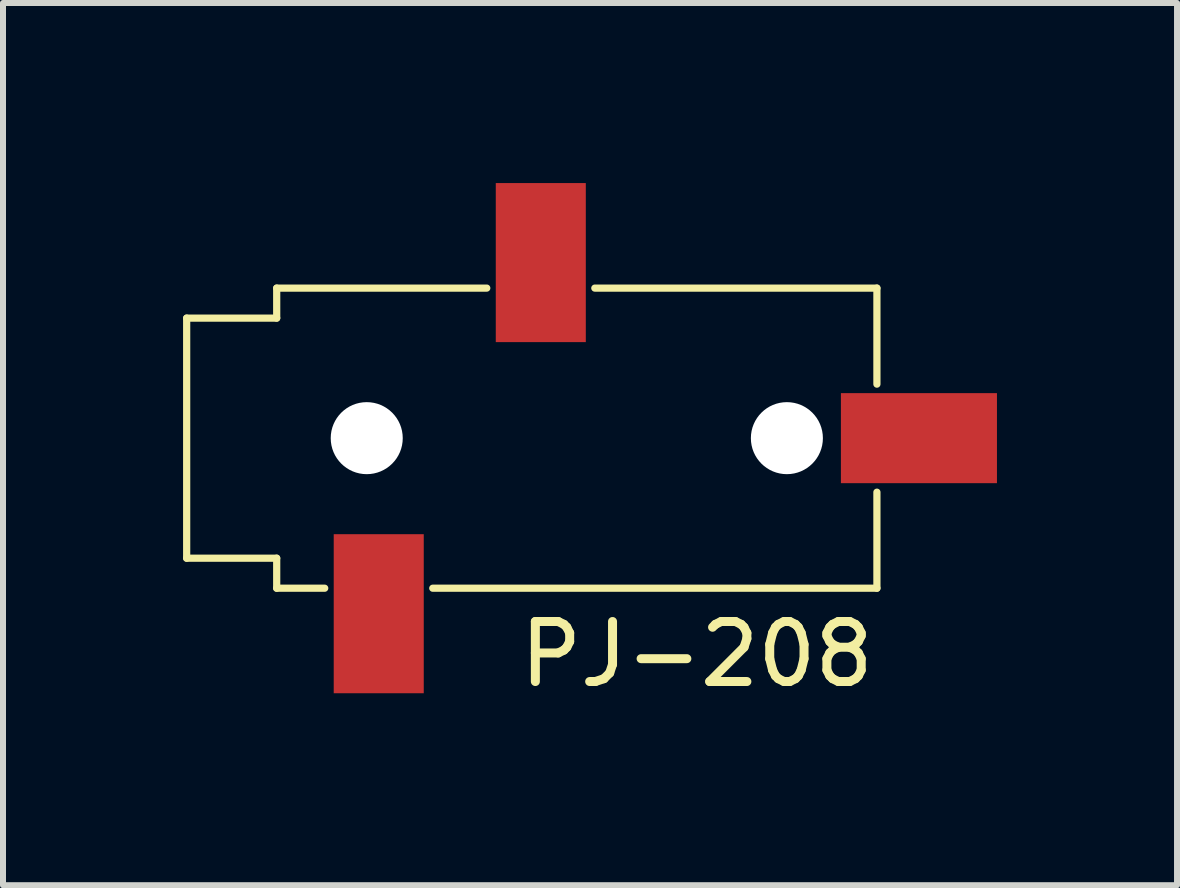
<source format=kicad_pcb>
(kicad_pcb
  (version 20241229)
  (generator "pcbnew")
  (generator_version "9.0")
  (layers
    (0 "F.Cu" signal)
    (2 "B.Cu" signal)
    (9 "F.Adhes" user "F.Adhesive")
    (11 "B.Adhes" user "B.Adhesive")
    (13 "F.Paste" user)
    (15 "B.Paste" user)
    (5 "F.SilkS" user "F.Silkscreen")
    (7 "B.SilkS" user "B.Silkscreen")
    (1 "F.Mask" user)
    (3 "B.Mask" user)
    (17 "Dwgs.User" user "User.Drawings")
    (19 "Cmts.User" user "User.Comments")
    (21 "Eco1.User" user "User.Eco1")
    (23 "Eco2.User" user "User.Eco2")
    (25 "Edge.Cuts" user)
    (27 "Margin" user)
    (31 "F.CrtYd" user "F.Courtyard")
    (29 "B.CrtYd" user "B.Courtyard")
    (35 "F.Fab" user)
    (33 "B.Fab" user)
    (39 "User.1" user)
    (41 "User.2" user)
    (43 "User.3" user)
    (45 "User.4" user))
  (footprint "PJ-208"
    (layer "F.Cu")
    (at 6.56 4.25)
    (property "Reference" "PJ-208" (at 2 3.6 180) (layer "F.SilkS") (effects (font (size 1 1) (thickness 0.15))))
    (attr smd)
    (fp_line (start -6.5 -2) (end -6.5 2) (stroke (width 0.12) (type solid)) (layer "F.SilkS"))
    (fp_line (start -6.5 -2) (end -5 -2) (stroke (width 0.12) (type solid)) (layer "F.SilkS"))
    (fp_line (start -6.5 2) (end -5 2) (stroke (width 0.12) (type solid)) (layer "F.SilkS"))
    (fp_line (start -5 -2.5) (end -1.5 -2.5) (stroke (width 0.12) (type solid)) (layer "F.SilkS"))
    (fp_line (start -5 -2) (end -5 -2.5) (stroke (width 0.12) (type solid)) (layer "F.SilkS"))
    (fp_line (start -5 2) (end -5 2.5) (stroke (width 0.12) (type solid)) (layer "F.SilkS"))
    (fp_line (start -5 2.5) (end -4.2 2.5) (stroke (width 0.12) (type solid)) (layer "F.SilkS"))
    (fp_line (start 5 -2.5) (end 0.3 -2.5) (stroke (width 0.12) (type solid)) (layer "F.SilkS"))
    (fp_line (start 5 -2.5) (end 5 -0.9) (stroke (width 0.12) (type solid)) (layer "F.SilkS"))
    (fp_line (start 5 2.5) (end -2.4 2.5) (stroke (width 0.12) (type solid)) (layer "F.SilkS"))
    (fp_line (start 5 2.5) (end 5 0.9) (stroke (width 0.12) (type solid)) (layer "F.SilkS"))
    (pad "" np_thru_hole circle (at -3.5 0) (size 1.2 1.2) (drill 1.2) (layers "*.Cu" "*.Mask"))
    (pad "" np_thru_hole circle (at 3.5 0) (size 1.2 1.2) (drill 1.2) (layers "*.Cu" "*.Mask"))
    (pad "R" smd rect (at -0.6 -2.925) (size 1.5 2.65) (layers "F.Cu" "F.Mask" "F.Paste"))
    (pad "S" smd rect (at -3.3 2.925) (size 1.5 2.65) (layers "F.Cu" "F.Mask" "F.Paste"))
    (pad "T" smd rect (at 5.7 0) (size 2.6 1.5) (layers "F.Cu" "F.Mask" "F.Paste")))
  (gr_rect
    (start -3 -3)
    (end 16.56 11.698)
    (stroke (width 0.1) (type default))
    (fill no)
    (layer "Edge.Cuts")))
</source>
